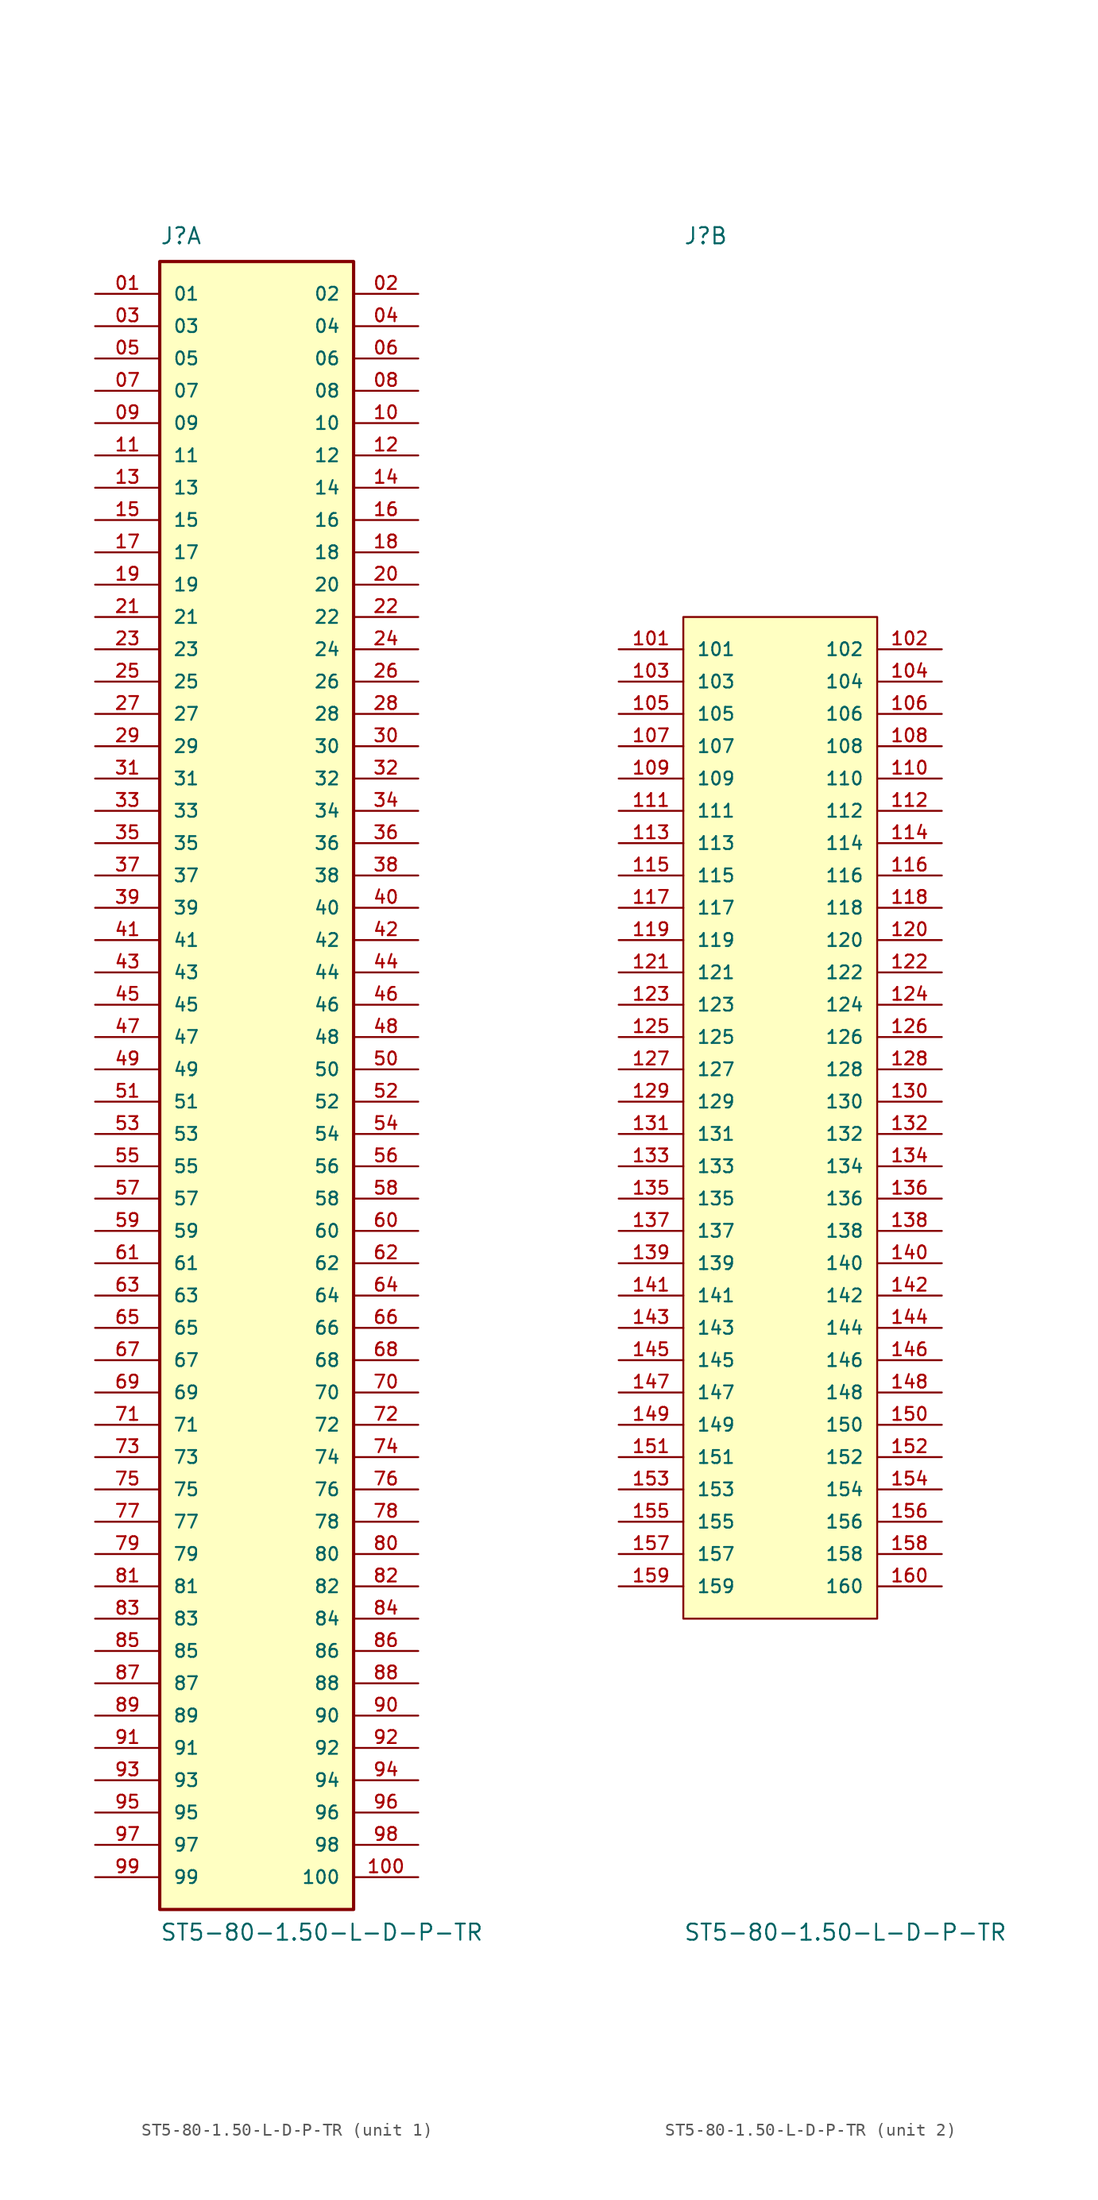
<source format=kicad_sym>
(kicad_symbol_lib
  (version 20211014)
  (generator kicad_symbol_editor)
  (symbol "ST5-80-1.50-L-D-P-TR"
    (pin_names
      (offset 1.016))
    (property "Reference" "J"
      (at -7.62 67.31 0)
      (effects (font (size 1.27 1.27)) (justify left bottom)))
    (property "Value" "ST5-80-1.50-L-D-P-TR"
      (at -7.62 -66.04 0)
      (effects (font (size 1.27 1.27)) (justify left bottom)))
    (property "ki_locked" ""
      (at 0 0 0)
      (effects (font (size 1.27 1.27))))
    (symbol "ST5-80-1.50-L-D-P-TR_1_0"
      (rectangle (start -7.62 -63.5) (end 7.62 66.04) (stroke (width 0.254) (type default) (color 0 0 0 0)) (fill (type background)))
      (pin passive line (at -12.7 63.5 0) (length 5.08) (name "01" (effects (font (size 1.016 1.016)))) (number "01" (effects (font (size 1.016 1.016)))))
      (pin passive line (at 12.7 63.5 180) (length 5.08) (name "02" (effects (font (size 1.016 1.016)))) (number "02" (effects (font (size 1.016 1.016)))))
      (pin passive line (at -12.7 60.96 0) (length 5.08) (name "03" (effects (font (size 1.016 1.016)))) (number "03" (effects (font (size 1.016 1.016)))))
      (pin passive line (at 12.7 60.96 180) (length 5.08) (name "04" (effects (font (size 1.016 1.016)))) (number "04" (effects (font (size 1.016 1.016)))))
      (pin passive line (at -12.7 58.42 0) (length 5.08) (name "05" (effects (font (size 1.016 1.016)))) (number "05" (effects (font (size 1.016 1.016)))))
      (pin passive line (at 12.7 58.42 180) (length 5.08) (name "06" (effects (font (size 1.016 1.016)))) (number "06" (effects (font (size 1.016 1.016)))))
      (pin passive line (at -12.7 55.88 0) (length 5.08) (name "07" (effects (font (size 1.016 1.016)))) (number "07" (effects (font (size 1.016 1.016)))))
      (pin passive line (at 12.7 55.88 180) (length 5.08) (name "08" (effects (font (size 1.016 1.016)))) (number "08" (effects (font (size 1.016 1.016)))))
      (pin passive line (at -12.7 53.34 0) (length 5.08) (name "09" (effects (font (size 1.016 1.016)))) (number "09" (effects (font (size 1.016 1.016)))))
      (pin passive line (at 12.7 53.34 180) (length 5.08) (name "10" (effects (font (size 1.016 1.016)))) (number "10" (effects (font (size 1.016 1.016)))))
      (pin passive line (at 12.7 -60.96 180) (length 5.08) (name "100" (effects (font (size 1.016 1.016)))) (number "100" (effects (font (size 1.016 1.016)))))
      (pin passive line (at -12.7 50.8 0) (length 5.08) (name "11" (effects (font (size 1.016 1.016)))) (number "11" (effects (font (size 1.016 1.016)))))
      (pin passive line (at 12.7 50.8 180) (length 5.08) (name "12" (effects (font (size 1.016 1.016)))) (number "12" (effects (font (size 1.016 1.016)))))
      (pin passive line (at -12.7 48.26 0) (length 5.08) (name "13" (effects (font (size 1.016 1.016)))) (number "13" (effects (font (size 1.016 1.016)))))
      (pin passive line (at 12.7 48.26 180) (length 5.08) (name "14" (effects (font (size 1.016 1.016)))) (number "14" (effects (font (size 1.016 1.016)))))
      (pin passive line (at -12.7 45.72 0) (length 5.08) (name "15" (effects (font (size 1.016 1.016)))) (number "15" (effects (font (size 1.016 1.016)))))
      (pin passive line (at 12.7 45.72 180) (length 5.08) (name "16" (effects (font (size 1.016 1.016)))) (number "16" (effects (font (size 1.016 1.016)))))
      (pin passive line (at -12.7 43.18 0) (length 5.08) (name "17" (effects (font (size 1.016 1.016)))) (number "17" (effects (font (size 1.016 1.016)))))
      (pin passive line (at 12.7 43.18 180) (length 5.08) (name "18" (effects (font (size 1.016 1.016)))) (number "18" (effects (font (size 1.016 1.016)))))
      (pin passive line (at -12.7 40.64 0) (length 5.08) (name "19" (effects (font (size 1.016 1.016)))) (number "19" (effects (font (size 1.016 1.016)))))
      (pin passive line (at 12.7 40.64 180) (length 5.08) (name "20" (effects (font (size 1.016 1.016)))) (number "20" (effects (font (size 1.016 1.016)))))
      (pin passive line (at -12.7 38.1 0) (length 5.08) (name "21" (effects (font (size 1.016 1.016)))) (number "21" (effects (font (size 1.016 1.016)))))
      (pin passive line (at 12.7 38.1 180) (length 5.08) (name "22" (effects (font (size 1.016 1.016)))) (number "22" (effects (font (size 1.016 1.016)))))
      (pin passive line (at -12.7 35.56 0) (length 5.08) (name "23" (effects (font (size 1.016 1.016)))) (number "23" (effects (font (size 1.016 1.016)))))
      (pin passive line (at 12.7 35.56 180) (length 5.08) (name "24" (effects (font (size 1.016 1.016)))) (number "24" (effects (font (size 1.016 1.016)))))
      (pin passive line (at -12.7 33.02 0) (length 5.08) (name "25" (effects (font (size 1.016 1.016)))) (number "25" (effects (font (size 1.016 1.016)))))
      (pin passive line (at 12.7 33.02 180) (length 5.08) (name "26" (effects (font (size 1.016 1.016)))) (number "26" (effects (font (size 1.016 1.016)))))
      (pin passive line (at -12.7 30.48 0) (length 5.08) (name "27" (effects (font (size 1.016 1.016)))) (number "27" (effects (font (size 1.016 1.016)))))
      (pin passive line (at 12.7 30.48 180) (length 5.08) (name "28" (effects (font (size 1.016 1.016)))) (number "28" (effects (font (size 1.016 1.016)))))
      (pin passive line (at -12.7 27.94 0) (length 5.08) (name "29" (effects (font (size 1.016 1.016)))) (number "29" (effects (font (size 1.016 1.016)))))
      (pin passive line (at 12.7 27.94 180) (length 5.08) (name "30" (effects (font (size 1.016 1.016)))) (number "30" (effects (font (size 1.016 1.016)))))
      (pin passive line (at -12.7 25.4 0) (length 5.08) (name "31" (effects (font (size 1.016 1.016)))) (number "31" (effects (font (size 1.016 1.016)))))
      (pin passive line (at 12.7 25.4 180) (length 5.08) (name "32" (effects (font (size 1.016 1.016)))) (number "32" (effects (font (size 1.016 1.016)))))
      (pin passive line (at -12.7 22.86 0) (length 5.08) (name "33" (effects (font (size 1.016 1.016)))) (number "33" (effects (font (size 1.016 1.016)))))
      (pin passive line (at 12.7 22.86 180) (length 5.08) (name "34" (effects (font (size 1.016 1.016)))) (number "34" (effects (font (size 1.016 1.016)))))
      (pin passive line (at -12.7 20.32 0) (length 5.08) (name "35" (effects (font (size 1.016 1.016)))) (number "35" (effects (font (size 1.016 1.016)))))
      (pin passive line (at 12.7 20.32 180) (length 5.08) (name "36" (effects (font (size 1.016 1.016)))) (number "36" (effects (font (size 1.016 1.016)))))
      (pin passive line (at -12.7 17.78 0) (length 5.08) (name "37" (effects (font (size 1.016 1.016)))) (number "37" (effects (font (size 1.016 1.016)))))
      (pin passive line (at 12.7 17.78 180) (length 5.08) (name "38" (effects (font (size 1.016 1.016)))) (number "38" (effects (font (size 1.016 1.016)))))
      (pin passive line (at -12.7 15.24 0) (length 5.08) (name "39" (effects (font (size 1.016 1.016)))) (number "39" (effects (font (size 1.016 1.016)))))
      (pin passive line (at 12.7 15.24 180) (length 5.08) (name "40" (effects (font (size 1.016 1.016)))) (number "40" (effects (font (size 1.016 1.016)))))
      (pin passive line (at -12.7 12.7 0) (length 5.08) (name "41" (effects (font (size 1.016 1.016)))) (number "41" (effects (font (size 1.016 1.016)))))
      (pin passive line (at 12.7 12.7 180) (length 5.08) (name "42" (effects (font (size 1.016 1.016)))) (number "42" (effects (font (size 1.016 1.016)))))
      (pin passive line (at -12.7 10.16 0) (length 5.08) (name "43" (effects (font (size 1.016 1.016)))) (number "43" (effects (font (size 1.016 1.016)))))
      (pin passive line (at 12.7 10.16 180) (length 5.08) (name "44" (effects (font (size 1.016 1.016)))) (number "44" (effects (font (size 1.016 1.016)))))
      (pin passive line (at -12.7 7.62 0) (length 5.08) (name "45" (effects (font (size 1.016 1.016)))) (number "45" (effects (font (size 1.016 1.016)))))
      (pin passive line (at 12.7 7.62 180) (length 5.08) (name "46" (effects (font (size 1.016 1.016)))) (number "46" (effects (font (size 1.016 1.016)))))
      (pin passive line (at -12.7 5.08 0) (length 5.08) (name "47" (effects (font (size 1.016 1.016)))) (number "47" (effects (font (size 1.016 1.016)))))
      (pin passive line (at 12.7 5.08 180) (length 5.08) (name "48" (effects (font (size 1.016 1.016)))) (number "48" (effects (font (size 1.016 1.016)))))
      (pin passive line (at -12.7 2.54 0) (length 5.08) (name "49" (effects (font (size 1.016 1.016)))) (number "49" (effects (font (size 1.016 1.016)))))
      (pin passive line (at 12.7 2.54 180) (length 5.08) (name "50" (effects (font (size 1.016 1.016)))) (number "50" (effects (font (size 1.016 1.016)))))
      (pin passive line (at -12.7 0 0) (length 5.08) (name "51" (effects (font (size 1.016 1.016)))) (number "51" (effects (font (size 1.016 1.016)))))
      (pin passive line (at 12.7 0 180) (length 5.08) (name "52" (effects (font (size 1.016 1.016)))) (number "52" (effects (font (size 1.016 1.016)))))
      (pin passive line (at -12.7 -2.54 0) (length 5.08) (name "53" (effects (font (size 1.016 1.016)))) (number "53" (effects (font (size 1.016 1.016)))))
      (pin passive line (at 12.7 -2.54 180) (length 5.08) (name "54" (effects (font (size 1.016 1.016)))) (number "54" (effects (font (size 1.016 1.016)))))
      (pin passive line (at -12.7 -5.08 0) (length 5.08) (name "55" (effects (font (size 1.016 1.016)))) (number "55" (effects (font (size 1.016 1.016)))))
      (pin passive line (at 12.7 -5.08 180) (length 5.08) (name "56" (effects (font (size 1.016 1.016)))) (number "56" (effects (font (size 1.016 1.016)))))
      (pin passive line (at -12.7 -7.62 0) (length 5.08) (name "57" (effects (font (size 1.016 1.016)))) (number "57" (effects (font (size 1.016 1.016)))))
      (pin passive line (at 12.7 -7.62 180) (length 5.08) (name "58" (effects (font (size 1.016 1.016)))) (number "58" (effects (font (size 1.016 1.016)))))
      (pin passive line (at -12.7 -10.16 0) (length 5.08) (name "59" (effects (font (size 1.016 1.016)))) (number "59" (effects (font (size 1.016 1.016)))))
      (pin passive line (at 12.7 -10.16 180) (length 5.08) (name "60" (effects (font (size 1.016 1.016)))) (number "60" (effects (font (size 1.016 1.016)))))
      (pin passive line (at -12.7 -12.7 0) (length 5.08) (name "61" (effects (font (size 1.016 1.016)))) (number "61" (effects (font (size 1.016 1.016)))))
      (pin passive line (at 12.7 -12.7 180) (length 5.08) (name "62" (effects (font (size 1.016 1.016)))) (number "62" (effects (font (size 1.016 1.016)))))
      (pin passive line (at -12.7 -15.24 0) (length 5.08) (name "63" (effects (font (size 1.016 1.016)))) (number "63" (effects (font (size 1.016 1.016)))))
      (pin passive line (at 12.7 -15.24 180) (length 5.08) (name "64" (effects (font (size 1.016 1.016)))) (number "64" (effects (font (size 1.016 1.016)))))
      (pin passive line (at -12.7 -17.78 0) (length 5.08) (name "65" (effects (font (size 1.016 1.016)))) (number "65" (effects (font (size 1.016 1.016)))))
      (pin passive line (at 12.7 -17.78 180) (length 5.08) (name "66" (effects (font (size 1.016 1.016)))) (number "66" (effects (font (size 1.016 1.016)))))
      (pin passive line (at -12.7 -20.32 0) (length 5.08) (name "67" (effects (font (size 1.016 1.016)))) (number "67" (effects (font (size 1.016 1.016)))))
      (pin passive line (at 12.7 -20.32 180) (length 5.08) (name "68" (effects (font (size 1.016 1.016)))) (number "68" (effects (font (size 1.016 1.016)))))
      (pin passive line (at -12.7 -22.86 0) (length 5.08) (name "69" (effects (font (size 1.016 1.016)))) (number "69" (effects (font (size 1.016 1.016)))))
      (pin passive line (at 12.7 -22.86 180) (length 5.08) (name "70" (effects (font (size 1.016 1.016)))) (number "70" (effects (font (size 1.016 1.016)))))
      (pin passive line (at -12.7 -25.4 0) (length 5.08) (name "71" (effects (font (size 1.016 1.016)))) (number "71" (effects (font (size 1.016 1.016)))))
      (pin passive line (at 12.7 -25.4 180) (length 5.08) (name "72" (effects (font (size 1.016 1.016)))) (number "72" (effects (font (size 1.016 1.016)))))
      (pin passive line (at -12.7 -27.94 0) (length 5.08) (name "73" (effects (font (size 1.016 1.016)))) (number "73" (effects (font (size 1.016 1.016)))))
      (pin passive line (at 12.7 -27.94 180) (length 5.08) (name "74" (effects (font (size 1.016 1.016)))) (number "74" (effects (font (size 1.016 1.016)))))
      (pin passive line (at -12.7 -30.48 0) (length 5.08) (name "75" (effects (font (size 1.016 1.016)))) (number "75" (effects (font (size 1.016 1.016)))))
      (pin passive line (at 12.7 -30.48 180) (length 5.08) (name "76" (effects (font (size 1.016 1.016)))) (number "76" (effects (font (size 1.016 1.016)))))
      (pin passive line (at -12.7 -33.02 0) (length 5.08) (name "77" (effects (font (size 1.016 1.016)))) (number "77" (effects (font (size 1.016 1.016)))))
      (pin passive line (at 12.7 -33.02 180) (length 5.08) (name "78" (effects (font (size 1.016 1.016)))) (number "78" (effects (font (size 1.016 1.016)))))
      (pin passive line (at -12.7 -35.56 0) (length 5.08) (name "79" (effects (font (size 1.016 1.016)))) (number "79" (effects (font (size 1.016 1.016)))))
      (pin passive line (at 12.7 -35.56 180) (length 5.08) (name "80" (effects (font (size 1.016 1.016)))) (number "80" (effects (font (size 1.016 1.016)))))
      (pin passive line (at -12.7 -38.1 0) (length 5.08) (name "81" (effects (font (size 1.016 1.016)))) (number "81" (effects (font (size 1.016 1.016)))))
      (pin passive line (at 12.7 -38.1 180) (length 5.08) (name "82" (effects (font (size 1.016 1.016)))) (number "82" (effects (font (size 1.016 1.016)))))
      (pin passive line (at -12.7 -40.64 0) (length 5.08) (name "83" (effects (font (size 1.016 1.016)))) (number "83" (effects (font (size 1.016 1.016)))))
      (pin passive line (at 12.7 -40.64 180) (length 5.08) (name "84" (effects (font (size 1.016 1.016)))) (number "84" (effects (font (size 1.016 1.016)))))
      (pin passive line (at -12.7 -43.18 0) (length 5.08) (name "85" (effects (font (size 1.016 1.016)))) (number "85" (effects (font (size 1.016 1.016)))))
      (pin passive line (at 12.7 -43.18 180) (length 5.08) (name "86" (effects (font (size 1.016 1.016)))) (number "86" (effects (font (size 1.016 1.016)))))
      (pin passive line (at -12.7 -45.72 0) (length 5.08) (name "87" (effects (font (size 1.016 1.016)))) (number "87" (effects (font (size 1.016 1.016)))))
      (pin passive line (at 12.7 -45.72 180) (length 5.08) (name "88" (effects (font (size 1.016 1.016)))) (number "88" (effects (font (size 1.016 1.016)))))
      (pin passive line (at -12.7 -48.26 0) (length 5.08) (name "89" (effects (font (size 1.016 1.016)))) (number "89" (effects (font (size 1.016 1.016)))))
      (pin passive line (at 12.7 -48.26 180) (length 5.08) (name "90" (effects (font (size 1.016 1.016)))) (number "90" (effects (font (size 1.016 1.016)))))
      (pin passive line (at -12.7 -50.8 0) (length 5.08) (name "91" (effects (font (size 1.016 1.016)))) (number "91" (effects (font (size 1.016 1.016)))))
      (pin passive line (at 12.7 -50.8 180) (length 5.08) (name "92" (effects (font (size 1.016 1.016)))) (number "92" (effects (font (size 1.016 1.016)))))
      (pin passive line (at -12.7 -53.34 0) (length 5.08) (name "93" (effects (font (size 1.016 1.016)))) (number "93" (effects (font (size 1.016 1.016)))))
      (pin passive line (at 12.7 -53.34 180) (length 5.08) (name "94" (effects (font (size 1.016 1.016)))) (number "94" (effects (font (size 1.016 1.016)))))
      (pin passive line (at -12.7 -55.88 0) (length 5.08) (name "95" (effects (font (size 1.016 1.016)))) (number "95" (effects (font (size 1.016 1.016)))))
      (pin passive line (at 12.7 -55.88 180) (length 5.08) (name "96" (effects (font (size 1.016 1.016)))) (number "96" (effects (font (size 1.016 1.016)))))
      (pin passive line (at -12.7 -58.42 0) (length 5.08) (name "97" (effects (font (size 1.016 1.016)))) (number "97" (effects (font (size 1.016 1.016)))))
      (pin passive line (at 12.7 -58.42 180) (length 5.08) (name "98" (effects (font (size 1.016 1.016)))) (number "98" (effects (font (size 1.016 1.016)))))
      (pin passive line (at -12.7 -60.96 0) (length 5.08) (name "99" (effects (font (size 1.016 1.016)))) (number "99" (effects (font (size 1.016 1.016))))))
    (symbol "ST5-80-1.50-L-D-P-TR_2_0"
      (rectangle (start -7.62 -40.64) (end 7.62 38.1) (stroke (width 0.152) (type default) (color 0 0 0 0)) (fill (type background)))
      (pin passive line (at -12.7 35.56 0) (length 5.08) (name "101" (effects (font (size 1.016 1.016)))) (number "101" (effects (font (size 1.016 1.016)))))
      (pin passive line (at 12.7 35.56 180) (length 5.08) (name "102" (effects (font (size 1.016 1.016)))) (number "102" (effects (font (size 1.016 1.016)))))
      (pin passive line (at -12.7 33.02 0) (length 5.08) (name "103" (effects (font (size 1.016 1.016)))) (number "103" (effects (font (size 1.016 1.016)))))
      (pin passive line (at 12.7 33.02 180) (length 5.08) (name "104" (effects (font (size 1.016 1.016)))) (number "104" (effects (font (size 1.016 1.016)))))
      (pin passive line (at -12.7 30.48 0) (length 5.08) (name "105" (effects (font (size 1.016 1.016)))) (number "105" (effects (font (size 1.016 1.016)))))
      (pin passive line (at 12.7 30.48 180) (length 5.08) (name "106" (effects (font (size 1.016 1.016)))) (number "106" (effects (font (size 1.016 1.016)))))
      (pin passive line (at -12.7 27.94 0) (length 5.08) (name "107" (effects (font (size 1.016 1.016)))) (number "107" (effects (font (size 1.016 1.016)))))
      (pin passive line (at 12.7 27.94 180) (length 5.08) (name "108" (effects (font (size 1.016 1.016)))) (number "108" (effects (font (size 1.016 1.016)))))
      (pin passive line (at -12.7 25.4 0) (length 5.08) (name "109" (effects (font (size 1.016 1.016)))) (number "109" (effects (font (size 1.016 1.016)))))
      (pin passive line (at 12.7 25.4 180) (length 5.08) (name "110" (effects (font (size 1.016 1.016)))) (number "110" (effects (font (size 1.016 1.016)))))
      (pin passive line (at -12.7 22.86 0) (length 5.08) (name "111" (effects (font (size 1.016 1.016)))) (number "111" (effects (font (size 1.016 1.016)))))
      (pin passive line (at 12.7 22.86 180) (length 5.08) (name "112" (effects (font (size 1.016 1.016)))) (number "112" (effects (font (size 1.016 1.016)))))
      (pin passive line (at -12.7 20.32 0) (length 5.08) (name "113" (effects (font (size 1.016 1.016)))) (number "113" (effects (font (size 1.016 1.016)))))
      (pin passive line (at 12.7 20.32 180) (length 5.08) (name "114" (effects (font (size 1.016 1.016)))) (number "114" (effects (font (size 1.016 1.016)))))
      (pin passive line (at -12.7 17.78 0) (length 5.08) (name "115" (effects (font (size 1.016 1.016)))) (number "115" (effects (font (size 1.016 1.016)))))
      (pin passive line (at 12.7 17.78 180) (length 5.08) (name "116" (effects (font (size 1.016 1.016)))) (number "116" (effects (font (size 1.016 1.016)))))
      (pin passive line (at -12.7 15.24 0) (length 5.08) (name "117" (effects (font (size 1.016 1.016)))) (number "117" (effects (font (size 1.016 1.016)))))
      (pin passive line (at 12.7 15.24 180) (length 5.08) (name "118" (effects (font (size 1.016 1.016)))) (number "118" (effects (font (size 1.016 1.016)))))
      (pin passive line (at -12.7 12.7 0) (length 5.08) (name "119" (effects (font (size 1.016 1.016)))) (number "119" (effects (font (size 1.016 1.016)))))
      (pin passive line (at 12.7 12.7 180) (length 5.08) (name "120" (effects (font (size 1.016 1.016)))) (number "120" (effects (font (size 1.016 1.016)))))
      (pin passive line (at -12.7 10.16 0) (length 5.08) (name "121" (effects (font (size 1.016 1.016)))) (number "121" (effects (font (size 1.016 1.016)))))
      (pin passive line (at 12.7 10.16 180) (length 5.08) (name "122" (effects (font (size 1.016 1.016)))) (number "122" (effects (font (size 1.016 1.016)))))
      (pin passive line (at -12.7 7.62 0) (length 5.08) (name "123" (effects (font (size 1.016 1.016)))) (number "123" (effects (font (size 1.016 1.016)))))
      (pin passive line (at 12.7 7.62 180) (length 5.08) (name "124" (effects (font (size 1.016 1.016)))) (number "124" (effects (font (size 1.016 1.016)))))
      (pin passive line (at -12.7 5.08 0) (length 5.08) (name "125" (effects (font (size 1.016 1.016)))) (number "125" (effects (font (size 1.016 1.016)))))
      (pin passive line (at 12.7 5.08 180) (length 5.08) (name "126" (effects (font (size 1.016 1.016)))) (number "126" (effects (font (size 1.016 1.016)))))
      (pin passive line (at -12.7 2.54 0) (length 5.08) (name "127" (effects (font (size 1.016 1.016)))) (number "127" (effects (font (size 1.016 1.016)))))
      (pin passive line (at 12.7 2.54 180) (length 5.08) (name "128" (effects (font (size 1.016 1.016)))) (number "128" (effects (font (size 1.016 1.016)))))
      (pin passive line (at -12.7 0 0) (length 5.08) (name "129" (effects (font (size 1.016 1.016)))) (number "129" (effects (font (size 1.016 1.016)))))
      (pin passive line (at 12.7 0 180) (length 5.08) (name "130" (effects (font (size 1.016 1.016)))) (number "130" (effects (font (size 1.016 1.016)))))
      (pin passive line (at -12.7 -2.54 0) (length 5.08) (name "131" (effects (font (size 1.016 1.016)))) (number "131" (effects (font (size 1.016 1.016)))))
      (pin passive line (at 12.7 -2.54 180) (length 5.08) (name "132" (effects (font (size 1.016 1.016)))) (number "132" (effects (font (size 1.016 1.016)))))
      (pin passive line (at -12.7 -5.08 0) (length 5.08) (name "133" (effects (font (size 1.016 1.016)))) (number "133" (effects (font (size 1.016 1.016)))))
      (pin passive line (at 12.7 -5.08 180) (length 5.08) (name "134" (effects (font (size 1.016 1.016)))) (number "134" (effects (font (size 1.016 1.016)))))
      (pin passive line (at -12.7 -7.62 0) (length 5.08) (name "135" (effects (font (size 1.016 1.016)))) (number "135" (effects (font (size 1.016 1.016)))))
      (pin passive line (at 12.7 -7.62 180) (length 5.08) (name "136" (effects (font (size 1.016 1.016)))) (number "136" (effects (font (size 1.016 1.016)))))
      (pin passive line (at -12.7 -10.16 0) (length 5.08) (name "137" (effects (font (size 1.016 1.016)))) (number "137" (effects (font (size 1.016 1.016)))))
      (pin passive line (at 12.7 -10.16 180) (length 5.08) (name "138" (effects (font (size 1.016 1.016)))) (number "138" (effects (font (size 1.016 1.016)))))
      (pin passive line (at -12.7 -12.7 0) (length 5.08) (name "139" (effects (font (size 1.016 1.016)))) (number "139" (effects (font (size 1.016 1.016)))))
      (pin passive line (at 12.7 -12.7 180) (length 5.08) (name "140" (effects (font (size 1.016 1.016)))) (number "140" (effects (font (size 1.016 1.016)))))
      (pin passive line (at -12.7 -15.24 0) (length 5.08) (name "141" (effects (font (size 1.016 1.016)))) (number "141" (effects (font (size 1.016 1.016)))))
      (pin passive line (at 12.7 -15.24 180) (length 5.08) (name "142" (effects (font (size 1.016 1.016)))) (number "142" (effects (font (size 1.016 1.016)))))
      (pin passive line (at -12.7 -17.78 0) (length 5.08) (name "143" (effects (font (size 1.016 1.016)))) (number "143" (effects (font (size 1.016 1.016)))))
      (pin passive line (at 12.7 -17.78 180) (length 5.08) (name "144" (effects (font (size 1.016 1.016)))) (number "144" (effects (font (size 1.016 1.016)))))
      (pin passive line (at -12.7 -20.32 0) (length 5.08) (name "145" (effects (font (size 1.016 1.016)))) (number "145" (effects (font (size 1.016 1.016)))))
      (pin passive line (at 12.7 -20.32 180) (length 5.08) (name "146" (effects (font (size 1.016 1.016)))) (number "146" (effects (font (size 1.016 1.016)))))
      (pin passive line (at -12.7 -22.86 0) (length 5.08) (name "147" (effects (font (size 1.016 1.016)))) (number "147" (effects (font (size 1.016 1.016)))))
      (pin passive line (at 12.7 -22.86 180) (length 5.08) (name "148" (effects (font (size 1.016 1.016)))) (number "148" (effects (font (size 1.016 1.016)))))
      (pin passive line (at -12.7 -25.4 0) (length 5.08) (name "149" (effects (font (size 1.016 1.016)))) (number "149" (effects (font (size 1.016 1.016)))))
      (pin passive line (at 12.7 -25.4 180) (length 5.08) (name "150" (effects (font (size 1.016 1.016)))) (number "150" (effects (font (size 1.016 1.016)))))
      (pin passive line (at -12.7 -27.94 0) (length 5.08) (name "151" (effects (font (size 1.016 1.016)))) (number "151" (effects (font (size 1.016 1.016)))))
      (pin passive line (at 12.7 -27.94 180) (length 5.08) (name "152" (effects (font (size 1.016 1.016)))) (number "152" (effects (font (size 1.016 1.016)))))
      (pin passive line (at -12.7 -30.48 0) (length 5.08) (name "153" (effects (font (size 1.016 1.016)))) (number "153" (effects (font (size 1.016 1.016)))))
      (pin passive line (at 12.7 -30.48 180) (length 5.08) (name "154" (effects (font (size 1.016 1.016)))) (number "154" (effects (font (size 1.016 1.016)))))
      (pin passive line (at -12.7 -33.02 0) (length 5.08) (name "155" (effects (font (size 1.016 1.016)))) (number "155" (effects (font (size 1.016 1.016)))))
      (pin passive line (at 12.7 -33.02 180) (length 5.08) (name "156" (effects (font (size 1.016 1.016)))) (number "156" (effects (font (size 1.016 1.016)))))
      (pin passive line (at -12.7 -35.56 0) (length 5.08) (name "157" (effects (font (size 1.016 1.016)))) (number "157" (effects (font (size 1.016 1.016)))))
      (pin passive line (at 12.7 -35.56 180) (length 5.08) (name "158" (effects (font (size 1.016 1.016)))) (number "158" (effects (font (size 1.016 1.016)))))
      (pin passive line (at -12.7 -38.1 0) (length 5.08) (name "159" (effects (font (size 1.016 1.016)))) (number "159" (effects (font (size 1.016 1.016)))))
      (pin passive line (at 12.7 -38.1 180) (length 5.08) (name "160" (effects (font (size 1.016 1.016)))) (number "160" (effects (font (size 1.016 1.016))))))))
</source>
